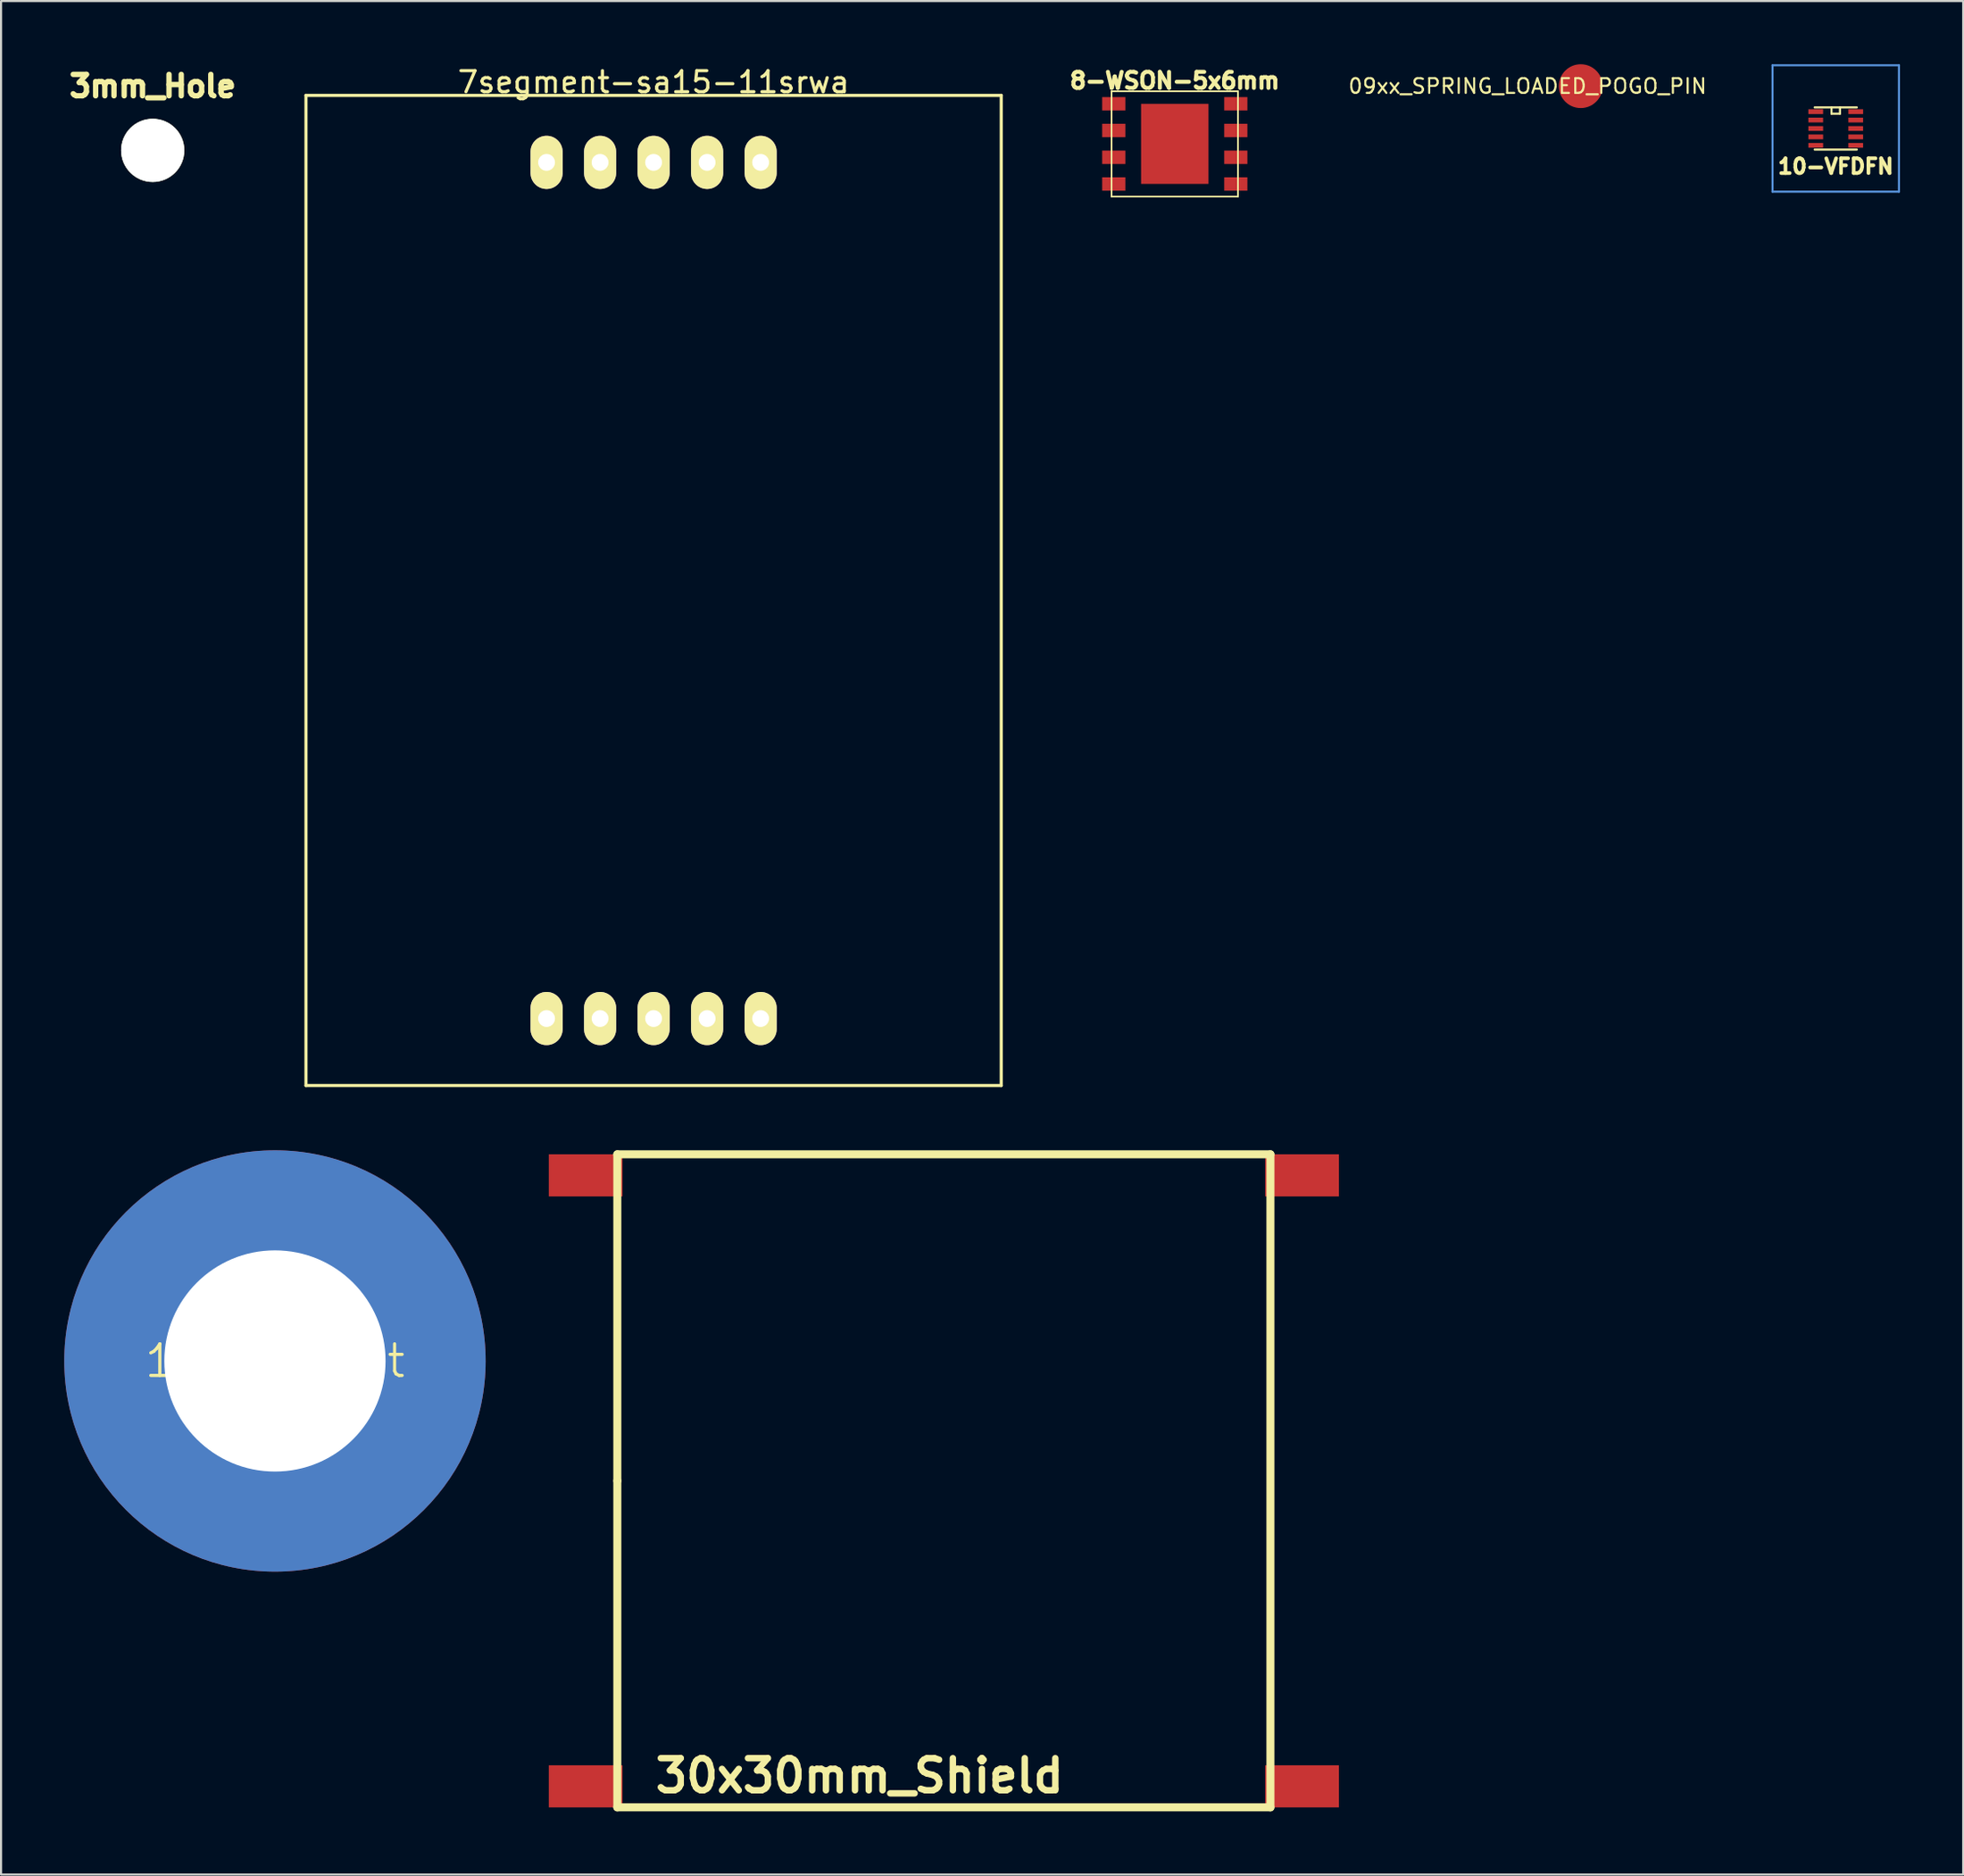
<source format=kicad_pcb>
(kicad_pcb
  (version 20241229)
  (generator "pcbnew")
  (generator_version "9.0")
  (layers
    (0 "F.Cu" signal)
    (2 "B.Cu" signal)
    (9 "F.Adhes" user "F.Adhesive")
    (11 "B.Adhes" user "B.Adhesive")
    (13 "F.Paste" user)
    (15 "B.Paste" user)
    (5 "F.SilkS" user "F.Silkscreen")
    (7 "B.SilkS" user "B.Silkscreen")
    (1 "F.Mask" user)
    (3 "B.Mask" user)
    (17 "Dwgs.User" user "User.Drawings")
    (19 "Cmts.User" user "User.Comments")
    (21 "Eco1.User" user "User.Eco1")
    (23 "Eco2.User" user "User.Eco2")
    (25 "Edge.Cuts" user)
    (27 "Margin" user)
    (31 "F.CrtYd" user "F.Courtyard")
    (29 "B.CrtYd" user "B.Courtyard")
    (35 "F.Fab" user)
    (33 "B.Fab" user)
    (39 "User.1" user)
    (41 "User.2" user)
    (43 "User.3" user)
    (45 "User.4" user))
  (footprint "30x30mm_Shield"
    (layer "F.Cu")
    (at 41.749 67.243)
    (property "Reference" "30x30mm_Shield" (at -4 14 0) (layer "F.SilkS") (effects (font (size 1.524 1.524) (thickness 0.305))))
    (attr through_hole)
    (fp_line (start -15.499 -15.499) (end 15.499 -15.499) (stroke (width 0.381) (type solid)) (layer "F.SilkS"))
    (fp_line (start -15.499 0) (end -15.499 -15.499) (stroke (width 0.381) (type solid)) (layer "F.SilkS"))
    (fp_line (start -15.499 15.499) (end -15.499 0) (stroke (width 0.381) (type solid)) (layer "F.SilkS"))
    (fp_line (start 15.499 -15.499) (end 15.499 15.499) (stroke (width 0.381) (type solid)) (layer "F.SilkS"))
    (fp_line (start 15.499 15.499) (end -15.499 15.499) (stroke (width 0.381) (type solid)) (layer "F.SilkS"))
    (pad "1" smd rect (at -17 -14.501 90) (size 1.999 3.498) (layers "F.Cu" "F.Mask" "F.Paste"))
    (pad "1" smd rect (at -17 14.501 90) (size 1.999 3.498) (layers "F.Cu" "F.Mask" "F.Paste"))
    (pad "1" smd rect (at 17 -14.501 90) (size 1.999 3.498) (layers "F.Cu" "F.Mask" "F.Paste"))
    (pad "1" smd rect (at 17 14.501 90) (size 1.999 3.498) (layers "F.Cu" "F.Mask" "F.Paste")))
  (footprint "7segment-sa15-11srwa"
    (layer "F.Cu")
    (at 27.972 24.978)
    (property "Reference" "7segment-sa15-11srwa" (at 0 -24.13 0) (layer "F.SilkS") (effects (font (size 1 1) (thickness 0.15))))
    (attr through_hole)
    (fp_line (start -16.5 -23.5) (end 16.5 -23.5) (stroke (width 0.15) (type solid)) (layer "F.SilkS"))
    (fp_line (start -16.5 23.5) (end -16.5 -23.5) (stroke (width 0.15) (type solid)) (layer "F.SilkS"))
    (fp_line (start -16.5 23.5) (end 16.5 23.5) (stroke (width 0.15) (type solid)) (layer "F.SilkS"))
    (fp_line (start 16.5 -23.5) (end 16.5 23.5) (stroke (width 0.15) (type solid)) (layer "F.SilkS"))
    (pad "1" thru_hole oval (at -5.08 20.32) (size 1.524 2.524) (drill 0.8) (layers "*.Cu" "*.Mask" "F.SilkS"))
    (pad "2" thru_hole oval (at -2.54 20.32) (size 1.524 2.524) (drill 0.8) (layers "*.Cu" "*.Mask" "F.SilkS"))
    (pad "3" thru_hole oval (at 0 20.32) (size 1.524 2.524) (drill 0.8) (layers "*.Cu" "*.Mask" "F.SilkS"))
    (pad "4" thru_hole oval (at 2.54 20.32) (size 1.524 2.524) (drill 0.8) (layers "*.Cu" "*.Mask" "F.SilkS"))
    (pad "5" thru_hole oval (at 5.08 20.32) (size 1.524 2.524) (drill 0.8) (layers "*.Cu" "*.Mask" "F.SilkS"))
    (pad "6" thru_hole oval (at 5.08 -20.32) (size 1.524 2.524) (drill 0.8) (layers "*.Cu" "*.Mask" "F.SilkS"))
    (pad "7" thru_hole oval (at 2.54 -20.32) (size 1.524 2.524) (drill 0.8) (layers "*.Cu" "*.Mask" "F.SilkS"))
    (pad "8" thru_hole oval (at 0 -20.32) (size 1.524 2.524) (drill 0.8) (layers "*.Cu" "*.Mask" "F.SilkS"))
    (pad "9" thru_hole oval (at -2.54 -20.32) (size 1.524 2.524) (drill 0.8) (layers "*.Cu" "*.Mask" "F.SilkS"))
    (pad "10" thru_hole oval (at -5.08 -20.32) (size 1.524 2.524) (drill 0.8) (layers "*.Cu" "*.Mask" "F.SilkS")))
  (footprint "09xx_SPRING_LOADED_POGO_PIN"
    (layer "F.Cu")
    (at 71.977 1.04)
    (property "Reference" "09xx_SPRING_LOADED_POGO_PIN" (at -2.525 0 0) (layer "F.SilkS") (effects (font (size 0.7 0.7) (thickness 0.1))))
    (attr through_hole)
    (pad "1" smd circle (at 0 0) (size 2.08 2.08) (layers "F.Cu" "F.Mask" "F.Paste")))
  (footprint "10-VFDFN"
    (layer "F.Cu")
    (at 84.081 3.049)
    (property "Reference" "10-VFDFN" (at 0 1.801 0) (layer "F.SilkS") (effects (font (size 0.701 0.701) (thickness 0.175))))
    (attr through_hole)
    (fp_line (start -1.001 -1.001) (end 1.001 -1.001) (stroke (width 0.099) (type solid)) (layer "F.SilkS"))
    (fp_line (start -1.001 1.001) (end 1.001 1.001) (stroke (width 0.099) (type solid)) (layer "F.SilkS"))
    (fp_line (start -0.201 -1.001) (end -0.201 -0.701) (stroke (width 0.099) (type solid)) (layer "F.SilkS"))
    (fp_line (start -0.201 -0.701) (end 0.201 -0.701) (stroke (width 0.099) (type solid)) (layer "F.SilkS"))
    (fp_line (start 0.201 -0.701) (end 0.201 -1.001) (stroke (width 0.099) (type solid)) (layer "F.SilkS"))
    (fp_line (start -3 -3) (end 3 -3) (stroke (width 0.099) (type solid)) (layer "Cmts.User"))
    (fp_line (start -3 3) (end -3 -3) (stroke (width 0.099) (type solid)) (layer "Cmts.User"))
    (fp_line (start 3 -3) (end 3 3) (stroke (width 0.099) (type solid)) (layer "Cmts.User"))
    (fp_line (start 3 3) (end -3 3) (stroke (width 0.099) (type solid)) (layer "Cmts.User"))
    (pad "1" smd rect (at -0.95 -0.8) (size 0.7 0.226) (layers "F.Cu" "F.Mask" "F.Paste"))
    (pad "2" smd rect (at -0.95 -0.4) (size 0.7 0.226) (layers "F.Cu" "F.Mask" "F.Paste"))
    (pad "3" smd rect (at -0.949 0) (size 0.7 0.226) (layers "F.Cu" "F.Mask" "F.Paste"))
    (pad "4" smd rect (at -0.949 0.399) (size 0.7 0.226) (layers "F.Cu" "F.Mask" "F.Paste"))
    (pad "5" smd rect (at -0.949 0.8) (size 0.7 0.226) (layers "F.Cu" "F.Mask" "F.Paste"))
    (pad "6" smd rect (at 0.949 0.8) (size 0.7 0.226) (layers "F.Cu" "F.Mask" "F.Paste"))
    (pad "7" smd rect (at 0.949 0.399) (size 0.7 0.226) (layers "F.Cu" "F.Mask" "F.Paste"))
    (pad "8" smd rect (at 0.949 0) (size 0.7 0.226) (layers "F.Cu" "F.Mask" "F.Paste"))
    (pad "9" smd rect (at 0.949 -0.399) (size 0.7 0.226) (layers "F.Cu" "F.Mask" "F.Paste"))
    (pad "10" smd rect (at 0.95 -0.8) (size 0.7 0.226) (layers "F.Cu" "F.Mask" "F.Paste")))
  (footprint "10mm_bolt"
    (layer "F.Cu")
    (at 10 61.553)
    (property "Reference" "10mm_bolt" (at 0 0 0) (layer "F.SilkS") (effects (font (size 1.5 1.5) (thickness 0.15))))
    (attr through_hole)
    (pad "1" thru_hole circle (at 0 0) (size 20 20) (drill 10.5) (layers "*.Cu" "*.Mask")))
  (footprint "8-WSON-5x6mm"
    (layer "F.Cu")
    (at 52.709 3.78)
    (property "Reference" "8-WSON-5x6mm" (at 0 -3 0) (layer "F.SilkS") (effects (font (size 0.762 0.762) (thickness 0.191))))
    (attr through_hole)
    (fp_line (start -3 -2.499) (end 3 -2.499) (stroke (width 0.079) (type solid)) (layer "F.SilkS"))
    (fp_line (start -3 2.499) (end -3 -2.499) (stroke (width 0.079) (type solid)) (layer "F.SilkS"))
    (fp_line (start 3 -2.499) (end 3 2.499) (stroke (width 0.079) (type solid)) (layer "F.SilkS"))
    (fp_line (start 3 2.499) (end -3 2.499) (stroke (width 0.079) (type solid)) (layer "F.SilkS"))
    (pad "1" smd rect (at -2.896 -1.905) (size 1.1 0.635) (layers "F.Cu" "F.Mask" "F.Paste"))
    (pad "2" smd rect (at -2.896 -0.635) (size 1.1 0.635) (layers "F.Cu" "F.Mask" "F.Paste"))
    (pad "3" smd rect (at -2.896 0.635) (size 1.1 0.635) (layers "F.Cu" "F.Mask" "F.Paste"))
    (pad "4" smd rect (at -2.896 1.905) (size 1.1 0.635) (layers "F.Cu" "F.Mask" "F.Paste"))
    (pad "5" smd rect (at 2.896 1.905) (size 1.1 0.635) (layers "F.Cu" "F.Mask" "F.Paste"))
    (pad "6" smd rect (at 2.896 0.635) (size 1.1 0.635) (layers "F.Cu" "F.Mask" "F.Paste"))
    (pad "7" smd rect (at 2.896 -0.635) (size 1.1 0.635) (layers "F.Cu" "F.Mask" "F.Paste"))
    (pad "8" smd rect (at 2.896 -1.905) (size 1.1 0.635) (layers "F.Cu" "F.Mask" "F.Paste"))
    (pad "9" smd rect (at 0 0) (size 1.999 3) (layers "F.Cu" "F.Paste"))
    (pad "9" smd rect (at 0 0) (size 3.2 3.8) (layers "F.Cu" "F.Mask")))
  (footprint "3mm_Hole"
    (layer "F.Cu")
    (at 4.198 4.088)
    (property "Reference" "3mm_Hole" (at 0 -3.048 0) (layer "F.SilkS") (effects (font (size 1.016 1.016) (thickness 0.254))))
    (attr through_hole)
    (pad "" np_thru_hole circle (at 0 0) (size 3 3) (drill 3) (layers "*.Cu" "*.Mask" "F.SilkS")))
  (gr_rect
    (start -3 -3)
    (end 90.13 85.932)
    (stroke (width 0.1) (type default))
    (fill no)
    (layer "Edge.Cuts")))
</source>
